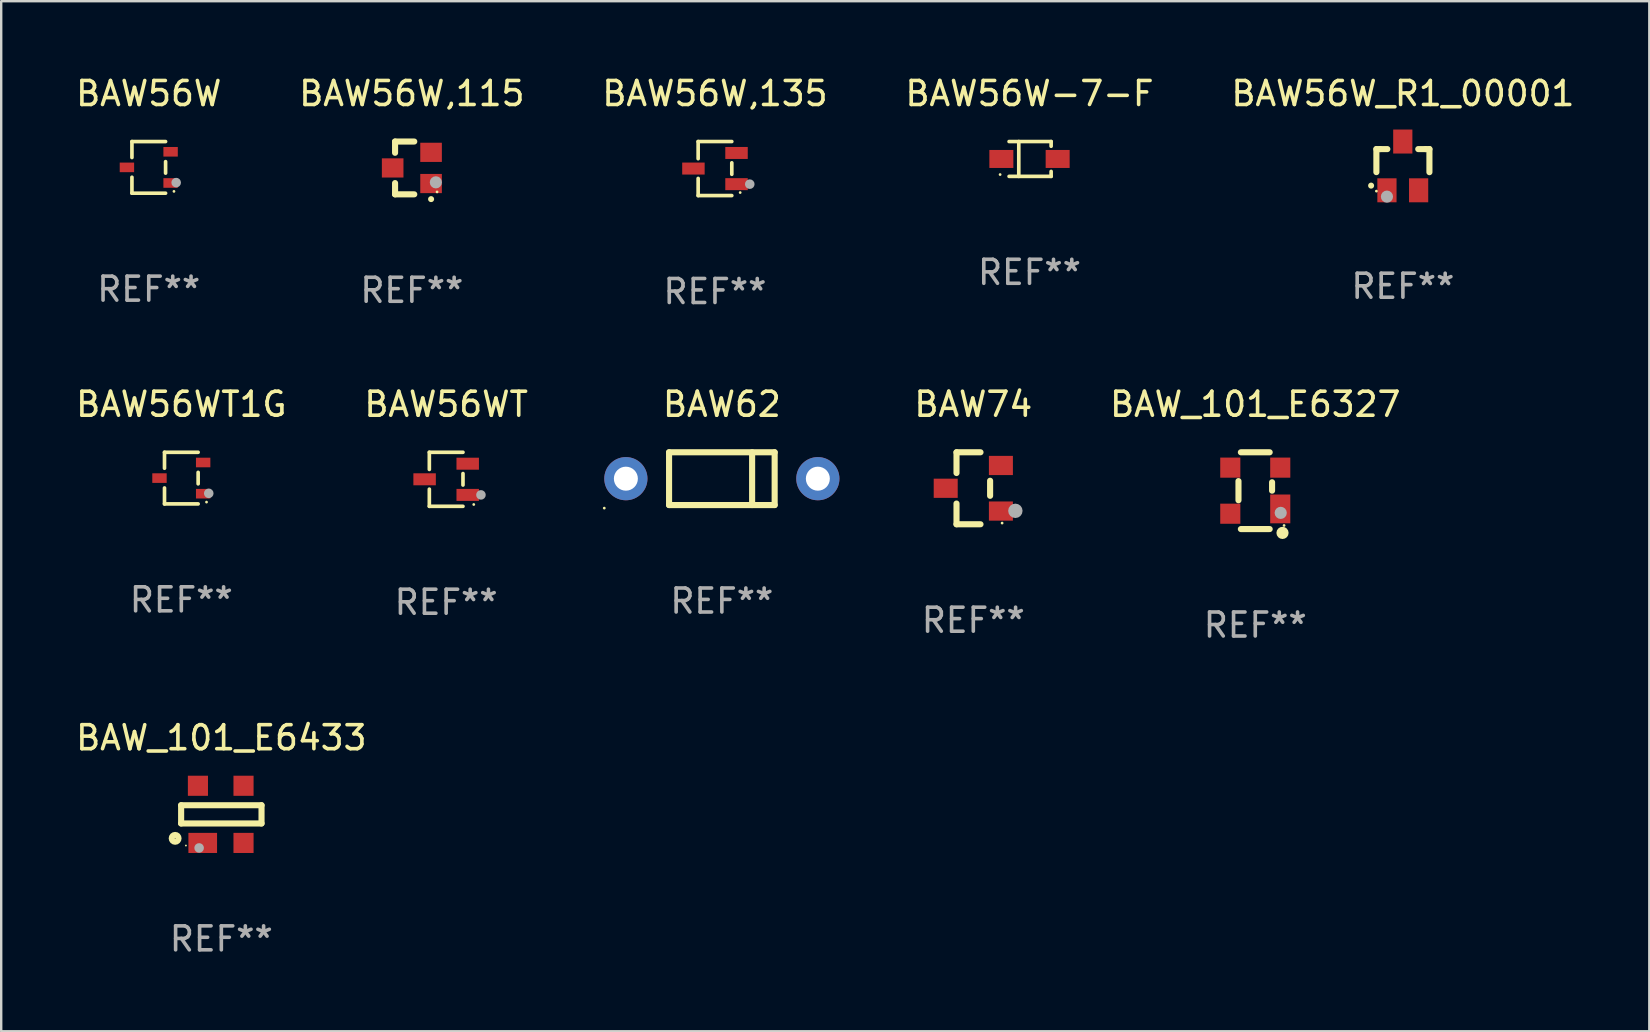
<source format=kicad_pcb>
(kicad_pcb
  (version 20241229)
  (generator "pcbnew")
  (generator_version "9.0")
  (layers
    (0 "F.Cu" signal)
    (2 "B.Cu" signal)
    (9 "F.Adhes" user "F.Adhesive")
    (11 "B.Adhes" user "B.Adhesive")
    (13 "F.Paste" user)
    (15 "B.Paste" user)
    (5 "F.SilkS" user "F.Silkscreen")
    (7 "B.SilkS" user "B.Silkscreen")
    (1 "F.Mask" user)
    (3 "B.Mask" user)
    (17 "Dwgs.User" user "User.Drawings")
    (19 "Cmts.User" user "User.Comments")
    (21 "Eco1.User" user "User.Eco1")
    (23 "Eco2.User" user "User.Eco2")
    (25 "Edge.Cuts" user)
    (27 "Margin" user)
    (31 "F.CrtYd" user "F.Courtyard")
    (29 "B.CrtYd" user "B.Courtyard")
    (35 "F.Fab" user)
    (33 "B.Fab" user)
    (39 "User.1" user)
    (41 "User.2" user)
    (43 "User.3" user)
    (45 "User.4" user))
  (footprint "BAW56W_R1_00001"
    (layer "F.Cu")
    (at 55.411 3.864)
    (property "Reference" "BAW56W_R1_00001" (at 0 -3.016 0) (layer "F.SilkS") (effects (font (size 1 1) (thickness 0.15))))
    (attr through_hole)
    (fp_line (start -1.105 -0.701) (end -1.105 0.259) (stroke (width 0.254) (type solid)) (layer "F.SilkS"))
    (fp_line (start -0.955 -0.701) (end -1.105 -0.701) (stroke (width 0.254) (type solid)) (layer "F.SilkS"))
    (fp_line (start -0.955 -0.701) (end -0.649 -0.701) (stroke (width 0.254) (type solid)) (layer "F.SilkS"))
    (fp_line (start 0.639 -0.701) (end 0.945 -0.701) (stroke (width 0.254) (type solid)) (layer "F.SilkS"))
    (fp_line (start 0.945 -0.701) (end 1.105 -0.701) (stroke (width 0.254) (type solid)) (layer "F.SilkS"))
    (fp_line (start 1.105 -0.701) (end 1.105 0.261) (stroke (width 0.254) (type solid)) (layer "F.SilkS"))
    (fp_arc (start -1.324994 0.82253) (mid -1.325 0.82126) (end -1.324994 0.81999) (stroke (width 0.24892) (type solid)) (layer "F.SilkS"))
    (fp_circle (center -1.105 1.05) (end -1.075 1.05) (stroke (width 0.06) (type solid)) (fill no) (layer "F.SilkS"))
    (fp_circle (center -0.665 1.28) (end -0.538 1.28) (stroke (width 0.254) (type solid)) (fill no) (layer "F.Fab"))
    (fp_text user "REF**" (at 0 5.016 0) (layer "F.Fab") (effects (font (size 1 1) (thickness 0.15))))
    (pad "1" smd rect (at -0.665 1.016) (size 0.8 1) (layers "F.Cu" "F.Mask" "F.Paste"))
    (pad "2" smd rect (at 0.655 1.016) (size 0.8 1) (layers "F.Cu" "F.Mask" "F.Paste"))
    (pad "3" smd rect (at -0.005 -1.016) (size 0.8 1) (layers "F.Cu" "F.Mask" "F.Paste")))
  (footprint "BAW56W"
    (layer "F.Cu")
    (at 3.149 3.925)
    (property "Reference" "BAW56W" (at 0 -3.076 0) (layer "F.SilkS") (effects (font (size 1 1) (thickness 0.15))))
    (attr through_hole)
    (fp_line (start -0.701 -1.076) (end -0.701 -0.411) (stroke (width 0.152) (type solid)) (layer "F.SilkS"))
    (fp_line (start -0.701 1.076) (end -0.701 0.411) (stroke (width 0.152) (type solid)) (layer "F.SilkS"))
    (fp_line (start 0.701 -1.076) (end -0.701 -1.076) (stroke (width 0.152) (type solid)) (layer "F.SilkS"))
    (fp_line (start 0.701 -0.239) (end 0.701 0.239) (stroke (width 0.152) (type solid)) (layer "F.SilkS"))
    (fp_line (start 0.701 1.076) (end -0.701 1.076) (stroke (width 0.152) (type solid)) (layer "F.SilkS"))
    (fp_circle (center 1.05 1) (end 1.08 1) (stroke (width 0.06) (type solid)) (fill no) (layer "F.SilkS"))
    (fp_circle (center 1.143 0.635) (end 1.243 0.635) (stroke (width 0.2) (type solid)) (fill no) (layer "F.Fab"))
    (fp_text user "REF**" (at 0 5.076 0) (layer "F.Fab") (effects (font (size 1 1) (thickness 0.15))))
    (pad "1" smd rect (at 0.91 0.65) (size 0.6 0.4) (layers "F.Cu" "F.Mask" "F.Paste"))
    (pad "2" smd rect (at 0.91 -0.65) (size 0.6 0.4) (layers "F.Cu" "F.Mask" "F.Paste"))
    (pad "3" smd rect (at -0.91 0) (size 0.6 0.4) (layers "F.Cu" "F.Mask" "F.Paste")))
  (footprint "BAW74"
    (layer "F.Cu")
    (at 37.509 17.297)
    (property "Reference" "BAW74" (at 0 -3.5 0) (layer "F.SilkS") (effects (font (size 1 1) (thickness 0.15))))
    (attr through_hole)
    (fp_line (start -0.7 -1.5) (end 0.3 -1.5) (stroke (width 0.254) (type solid)) (layer "F.SilkS"))
    (fp_line (start -0.7 -0.636) (end -0.7 -1.5) (stroke (width 0.254) (type solid)) (layer "F.SilkS"))
    (fp_line (start -0.7 1.5) (end -0.7 0.636) (stroke (width 0.254) (type solid)) (layer "F.SilkS"))
    (fp_line (start -0.7 1.5) (end 0.3 1.5) (stroke (width 0.254) (type solid)) (layer "F.SilkS"))
    (fp_line (start 0.7 0.314) (end 0.7 -0.314) (stroke (width 0.254) (type solid)) (layer "F.SilkS"))
    (fp_circle (center 1.2 1.45) (end 1.23 1.45) (stroke (width 0.06) (type solid)) (fill no) (layer "F.SilkS"))
    (fp_circle (center 1.753 0.94) (end 1.903 0.94) (stroke (width 0.3) (type solid)) (fill no) (layer "F.Fab"))
    (fp_text user "REF**" (at 0 5.5 0) (layer "F.Fab") (effects (font (size 1 1) (thickness 0.15))))
    (pad "1" smd rect (at 1.15 0.95 180) (size 1 0.8) (layers "F.Cu" "F.Mask" "F.Paste"))
    (pad "2" smd rect (at 1.15 -0.95 180) (size 1 0.8) (layers "F.Cu" "F.Mask" "F.Paste"))
    (pad "3" smd rect (at -1.15 -0.000051 180) (size 1 0.8) (layers "F.Cu" "F.Mask" "F.Paste")))
  (footprint "BAW56WT1G"
    (layer "F.Cu")
    (at 4.506 16.873)
    (property "Reference" "BAW56WT1G" (at 0 -3.076 0) (layer "F.SilkS") (effects (font (size 1 1) (thickness 0.15))))
    (attr through_hole)
    (fp_line (start -0.701 -1.076) (end -0.701 -0.411) (stroke (width 0.152) (type solid)) (layer "F.SilkS"))
    (fp_line (start -0.701 1.076) (end -0.701 0.411) (stroke (width 0.152) (type solid)) (layer "F.SilkS"))
    (fp_line (start 0.701 -1.076) (end -0.701 -1.076) (stroke (width 0.152) (type solid)) (layer "F.SilkS"))
    (fp_line (start 0.701 -0.239) (end 0.701 0.239) (stroke (width 0.152) (type solid)) (layer "F.SilkS"))
    (fp_line (start 0.701 1.076) (end -0.701 1.076) (stroke (width 0.152) (type solid)) (layer "F.SilkS"))
    (fp_circle (center 1.05 1) (end 1.08 1) (stroke (width 0.06) (type solid)) (fill no) (layer "F.SilkS"))
    (fp_circle (center 1.143 0.635) (end 1.243 0.635) (stroke (width 0.2) (type solid)) (fill no) (layer "F.Fab"))
    (fp_text user "REF**" (at 0 5.076 0) (layer "F.Fab") (effects (font (size 1 1) (thickness 0.15))))
    (pad "1" smd rect (at 0.91 0.65) (size 0.6 0.4) (layers "F.Cu" "F.Mask" "F.Paste"))
    (pad "2" smd rect (at 0.91 -0.65) (size 0.6 0.4) (layers "F.Cu" "F.Mask" "F.Paste"))
    (pad "3" smd rect (at -0.91 0) (size 0.6 0.4) (layers "F.Cu" "F.Mask" "F.Paste")))
  (footprint "BAW56W,115"
    (layer "F.Cu")
    (at 14.113 3.948)
    (property "Reference" "BAW56W,115" (at 0 -3.1 0) (layer "F.SilkS") (effects (font (size 1 1) (thickness 0.15))))
    (attr through_hole)
    (fp_line (start -0.7 -1.1) (end 0.1 -1.1) (stroke (width 0.254) (type solid)) (layer "F.SilkS"))
    (fp_line (start -0.7 -0.631) (end -0.7 -1.1) (stroke (width 0.254) (type solid)) (layer "F.SilkS"))
    (fp_line (start -0.7 1.1) (end -0.7 0.631) (stroke (width 0.254) (type solid)) (layer "F.SilkS"))
    (fp_line (start -0.7 1.1) (end 0.1 1.1) (stroke (width 0.254) (type solid)) (layer "F.SilkS"))
    (fp_arc (start 0.8 1.3) (mid 0.80127 1.299994) (end 0.80254 1.3) (stroke (width 0.24892) (type solid)) (layer "F.SilkS"))
    (fp_circle (center 1.05 1) (end 1.08 1) (stroke (width 0.06) (type solid)) (fill no) (layer "F.SilkS"))
    (fp_circle (center 1 0.6) (end 1.127 0.6) (stroke (width 0.254) (type solid)) (fill no) (layer "F.Fab"))
    (fp_text user "REF**" (at 0 5.1 0) (layer "F.Fab") (effects (font (size 1 1) (thickness 0.15))))
    (pad "1" smd rect (at 0.8 0.65 90) (size 0.8 0.9) (layers "F.Cu" "F.Mask" "F.Paste"))
    (pad "2" smd rect (at 0.8 -0.65 90) (size 0.8 0.9) (layers "F.Cu" "F.Mask" "F.Paste"))
    (pad "3" smd rect (at -0.8 0 90) (size 0.8 0.9) (layers "F.Cu" "F.Mask" "F.Paste")))
  (footprint "BAW_101_E6327"
    (layer "F.Cu")
    (at 49.259 17.397)
    (property "Reference" "BAW_101_E6327" (at 0 -3.6 0) (layer "F.SilkS") (effects (font (size 1 1) (thickness 0.15))))
    (attr through_hole)
    (fp_line (start -0.7 -0.4) (end -0.7 0.4) (stroke (width 0.254) (type solid)) (layer "F.SilkS"))
    (fp_line (start -0.6 -1.6) (end 0.6 -1.6) (stroke (width 0.254) (type solid)) (layer "F.SilkS"))
    (fp_line (start 0.6 1.6) (end -0.6 1.6) (stroke (width 0.254) (type solid)) (layer "F.SilkS"))
    (fp_line (start 0.7 -0.35) (end 0.7 0) (stroke (width 0.254) (type solid)) (layer "F.SilkS"))
    (fp_circle (center 1.135 1.76) (end 1.262 1.76) (stroke (width 0.254) (type solid)) (fill no) (layer "F.SilkS"))
    (fp_circle (center 1.2 1.45) (end 1.23 1.45) (stroke (width 0.06) (type solid)) (fill no) (layer "F.SilkS"))
    (fp_circle (center 1.06 0.925) (end 1.187 0.925) (stroke (width 0.254) (type solid)) (fill no) (layer "F.Fab"))
    (fp_text user "REF**" (at 0 5.6 0) (layer "F.Fab") (effects (font (size 1 1) (thickness 0.15))))
    (pad "1" smd rect (at 1.041 0.76 90) (size 1.2 0.838) (layers "F.Cu" "F.Mask" "F.Paste"))
    (pad "2" smd rect (at 1.041 -0.96 90) (size 0.838 0.838) (layers "F.Cu" "F.Mask" "F.Paste"))
    (pad "3" smd rect (at -1.041 -0.96 90) (size 0.838 0.838) (layers "F.Cu" "F.Mask" "F.Paste"))
    (pad "4" smd rect (at -1.041 0.96 90) (size 0.838 0.838) (layers "F.Cu" "F.Mask" "F.Paste")))
  (footprint "BAW62"
    (layer "F.Cu")
    (at 27.031 16.897)
    (property "Reference" "BAW62" (at 0 -3.1 0) (layer "F.SilkS") (effects (font (size 1 1) (thickness 0.15))))
    (attr through_hole)
    (fp_line (start -2.2 1.1) (end -2.2 -1.1) (stroke (width 0.254) (type solid)) (layer "F.SilkS"))
    (fp_line (start 1.261 1.1) (end 1.261 -1.1) (stroke (width 0.254) (type solid)) (layer "F.SilkS"))
    (fp_line (start 2.2 -1.1) (end -2.2 -1.1) (stroke (width 0.254) (type solid)) (layer "F.SilkS"))
    (fp_line (start 2.2 1.1) (end -2.2 1.1) (stroke (width 0.254) (type solid)) (layer "F.SilkS"))
    (fp_line (start 2.2 1.1) (end 2.2 -1.1) (stroke (width 0.254) (type solid)) (layer "F.SilkS"))
    (fp_circle (center -4.9 1.227) (end -4.87 1.227) (stroke (width 0.06) (type solid)) (fill no) (layer "F.SilkS"))
    (fp_text user "REF**" (at 0 5.1 0) (layer "F.Fab") (effects (font (size 1 1) (thickness 0.15))))
    (pad "1" thru_hole circle (at -4 0) (size 1.8 1.8) (drill 1) (layers "*.Cu" "*.Mask"))
    (pad "2" thru_hole circle (at 4 0) (size 1.8 1.8) (drill 1) (layers "*.Cu" "*.Mask")))
  (footprint "BAW56W-7-F"
    (layer "F.Cu")
    (at 39.851 3.574)
    (property "Reference" "BAW56W-7-F" (at 0 -2.726 0) (layer "F.SilkS") (effects (font (size 1 1) (thickness 0.15))))
    (attr through_hole)
    (fp_line (start -0.851 -0.726) (end 0.901 -0.726) (stroke (width 0.152) (type solid)) (layer "F.SilkS"))
    (fp_line (start -0.851 0.726) (end 0.901 0.726) (stroke (width 0.152) (type solid)) (layer "F.SilkS"))
    (fp_line (start -0.447 -0.726) (end -0.447 0.726) (stroke (width 0.152) (type solid)) (layer "F.SilkS"))
    (fp_line (start 0.901 -0.726) (end 0.901 -0.53) (stroke (width 0.152) (type solid)) (layer "F.SilkS"))
    (fp_line (start 0.901 0.726) (end 0.901 0.52) (stroke (width 0.152) (type solid)) (layer "F.SilkS"))
    (fp_circle (center -1.225 0.65) (end -1.195 0.65) (stroke (width 0.06) (type solid)) (fill no) (layer "F.SilkS"))
    (fp_text user "REF**" (at 0 4.726 0) (layer "F.Fab") (effects (font (size 1 1) (thickness 0.15))))
    (pad "1" smd rect (at -1.173 0) (size 1 0.75) (layers "F.Cu" "F.Mask" "F.Paste"))
    (pad "2" smd rect (at 1.173 0) (size 1 0.75) (layers "F.Cu" "F.Mask" "F.Paste")))
  (footprint "BAW56WT"
    (layer "F.Cu")
    (at 15.542 16.923)
    (property "Reference" "BAW56WT" (at 0 -3.126 0) (layer "F.SilkS") (effects (font (size 1 1) (thickness 0.15))))
    (attr through_hole)
    (fp_line (start -0.701 -1.126) (end -0.701 -0.411) (stroke (width 0.152) (type solid)) (layer "F.SilkS"))
    (fp_line (start -0.701 1.126) (end -0.701 0.411) (stroke (width 0.152) (type solid)) (layer "F.SilkS"))
    (fp_line (start 0.701 -1.126) (end -0.701 -1.126) (stroke (width 0.152) (type solid)) (layer "F.SilkS"))
    (fp_line (start 0.701 -0.239) (end 0.701 0.239) (stroke (width 0.152) (type solid)) (layer "F.SilkS"))
    (fp_line (start 0.701 1.126) (end -0.701 1.126) (stroke (width 0.152) (type solid)) (layer "F.SilkS"))
    (fp_circle (center 1.15 1.05) (end 1.18 1.05) (stroke (width 0.06) (type solid)) (fill no) (layer "F.SilkS"))
    (fp_circle (center 1.45 0.65) (end 1.55 0.65) (stroke (width 0.2) (type solid)) (fill no) (layer "F.Fab"))
    (fp_text user "REF**" (at 0 5.126 0) (layer "F.Fab") (effects (font (size 1 1) (thickness 0.15))))
    (pad "1" smd rect (at 0.898 0.65) (size 0.936 0.5) (layers "F.Cu" "F.Mask" "F.Paste"))
    (pad "2" smd rect (at 0.898 -0.65) (size 0.936 0.5) (layers "F.Cu" "F.Mask" "F.Paste"))
    (pad "3" smd rect (at -0.898 0) (size 0.936 0.5) (layers "F.Cu" "F.Mask" "F.Paste")))
  (footprint "BAW_101_E6433"
    (layer "F.Cu")
    (at 6.173 30.885)
    (property "Reference" "BAW_101_E6433" (at 0 -3.191 0) (layer "F.SilkS") (effects (font (size 1 1) (thickness 0.15))))
    (attr through_hole)
    (fp_line (start -1.675 -0.38) (end -1.675 0.38) (stroke (width 0.254) (type solid)) (layer "F.SilkS"))
    (fp_line (start -1.675 -0.38) (end 1.675 -0.38) (stroke (width 0.254) (type solid)) (layer "F.SilkS"))
    (fp_line (start -1.675 0.38) (end 1.675 0.38) (stroke (width 0.254) (type solid)) (layer "F.SilkS"))
    (fp_line (start 1.675 -0.38) (end 1.675 0.38) (stroke (width 0.254) (type solid)) (layer "F.SilkS"))
    (fp_circle (center -1.925 1) (end -1.783 1) (stroke (width 0.254) (type solid)) (fill no) (layer "F.SilkS"))
    (fp_circle (center -1.475 1.3) (end -1.455 1.3) (stroke (width 0.04) (type solid)) (fill no) (layer "F.SilkS"))
    (fp_circle (center -0.925 1.4) (end -0.825 1.4) (stroke (width 0.2) (type solid)) (fill no) (layer "F.Fab"))
    (fp_text user "REF**" (at 0 5.191 0) (layer "F.Fab") (effects (font (size 1 1) (thickness 0.15))))
    (pad "1" smd rect (at -0.775 1.191) (size 1.194 0.838) (layers "F.Cu" "F.Mask" "F.Paste"))
    (pad "2" smd rect (at 0.925 1.191) (size 0.838 0.838) (layers "F.Cu" "F.Mask" "F.Paste"))
    (pad "3" smd rect (at 0.925 -1.191) (size 0.838 0.838) (layers "F.Cu" "F.Mask" "F.Paste"))
    (pad "4" smd rect (at -0.975 -1.191) (size 0.838 0.838) (layers "F.Cu" "F.Mask" "F.Paste")))
  (footprint "BAW56W,135"
    (layer "F.Cu")
    (at 26.744 3.974)
    (property "Reference" "BAW56W,135" (at 0 -3.126 0) (layer "F.SilkS") (effects (font (size 1 1) (thickness 0.15))))
    (attr through_hole)
    (fp_line (start -0.701 -1.126) (end -0.701 -0.411) (stroke (width 0.152) (type solid)) (layer "F.SilkS"))
    (fp_line (start -0.701 1.126) (end -0.701 0.411) (stroke (width 0.152) (type solid)) (layer "F.SilkS"))
    (fp_line (start 0.701 -1.126) (end -0.701 -1.126) (stroke (width 0.152) (type solid)) (layer "F.SilkS"))
    (fp_line (start 0.701 -0.239) (end 0.701 0.239) (stroke (width 0.152) (type solid)) (layer "F.SilkS"))
    (fp_line (start 0.701 1.126) (end -0.701 1.126) (stroke (width 0.152) (type solid)) (layer "F.SilkS"))
    (fp_circle (center 1.05 1) (end 1.08 1) (stroke (width 0.06) (type solid)) (fill no) (layer "F.SilkS"))
    (fp_circle (center 1.45 0.65) (end 1.55 0.65) (stroke (width 0.2) (type solid)) (fill no) (layer "F.Fab"))
    (fp_text user "REF**" (at 0 5.126 0) (layer "F.Fab") (effects (font (size 1 1) (thickness 0.15))))
    (pad "1" smd rect (at 0.898 0.65) (size 0.936 0.5) (layers "F.Cu" "F.Mask" "F.Paste"))
    (pad "2" smd rect (at 0.898 -0.65) (size 0.936 0.5) (layers "F.Cu" "F.Mask" "F.Paste"))
    (pad "3" smd rect (at -0.898 0) (size 0.936 0.5) (layers "F.Cu" "F.Mask" "F.Paste")))
  (gr_rect
    (start -3 -3)
    (end 65.679 39.925)
    (stroke (width 0.1) (type default))
    (fill no)
    (layer "Edge.Cuts")))
</source>
